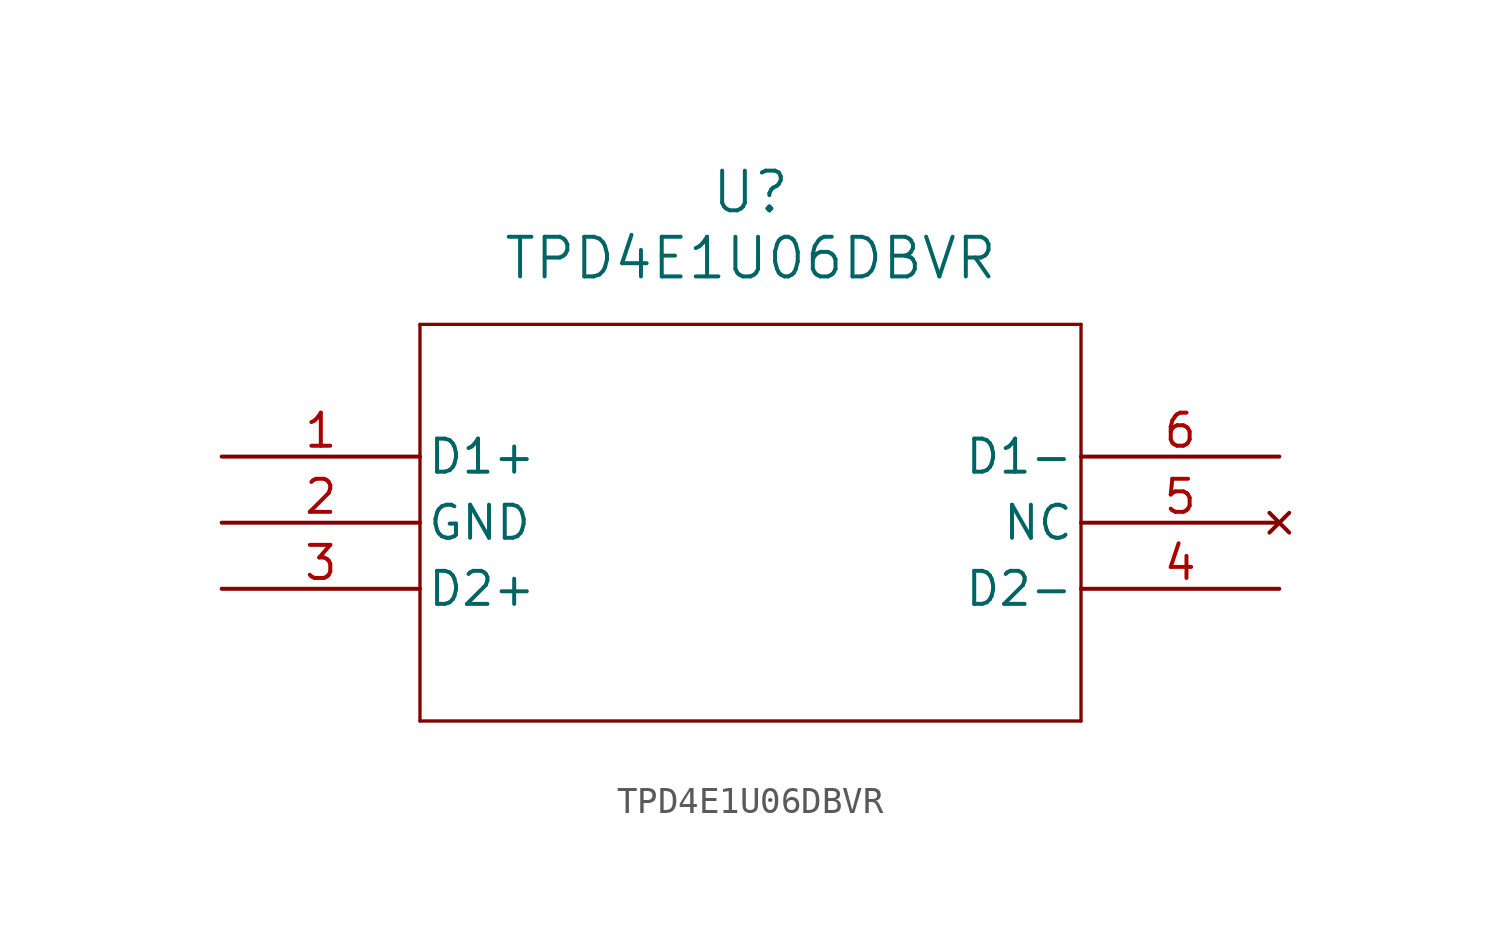
<source format=kicad_sym>
(kicad_symbol_lib
  (version 20231120)
  (generator "kicad_symbol_editor")
  (generator_version "8.0")
  (symbol "TPD4E1U06DBVR"
    (pin_names
      (offset 0.254))
    (property "Reference" "U"
      (at 20.32 10.16 0)
      (effects (font (size 1.524 1.524))))
    (property "Value" "TPD4E1U06DBVR"
      (at 20.32 7.62 0)
      (effects (font (size 1.524 1.524))))
    (property "ki_locked" ""
      (at 0 0 0)
      (effects (font (size 1.27 1.27))))
    (symbol "TPD4E1U06DBVR_0_1"
      (polyline (pts (xy 7.62 -10.16) (xy 33.02 -10.16)) (stroke (width 0.127) (type default)) (fill (type none)))
      (polyline (pts (xy 7.62 5.08) (xy 7.62 -10.16)) (stroke (width 0.127) (type default)) (fill (type none)))
      (polyline (pts (xy 33.02 -10.16) (xy 33.02 5.08)) (stroke (width 0.127) (type default)) (fill (type none)))
      (polyline (pts (xy 33.02 5.08) (xy 7.62 5.08)) (stroke (width 0.127) (type default)) (fill (type none)))
      (pin bidirectional line (at 0 0 0) (length 7.62) (name "D1+" (effects (font (size 1.27 1.27)))) (number "1" (effects (font (size 1.27 1.27)))))
      (pin power_in line (at 0 -2.54 0) (length 7.62) (name "GND" (effects (font (size 1.27 1.27)))) (number "2" (effects (font (size 1.27 1.27)))))
      (pin bidirectional line (at 0 -5.08 0) (length 7.62) (name "D2+" (effects (font (size 1.27 1.27)))) (number "3" (effects (font (size 1.27 1.27)))))
      (pin bidirectional line (at 40.64 -5.08 180) (length 7.62) (name "D2-" (effects (font (size 1.27 1.27)))) (number "4" (effects (font (size 1.27 1.27)))))
      (pin no_connect line (at 40.64 -2.54 180) (length 7.62) (name "NC" (effects (font (size 1.27 1.27)))) (number "5" (effects (font (size 1.27 1.27)))))
      (pin bidirectional line (at 40.64 0 180) (length 7.62) (name "D1-" (effects (font (size 1.27 1.27)))) (number "6" (effects (font (size 1.27 1.27))))))))
</source>
